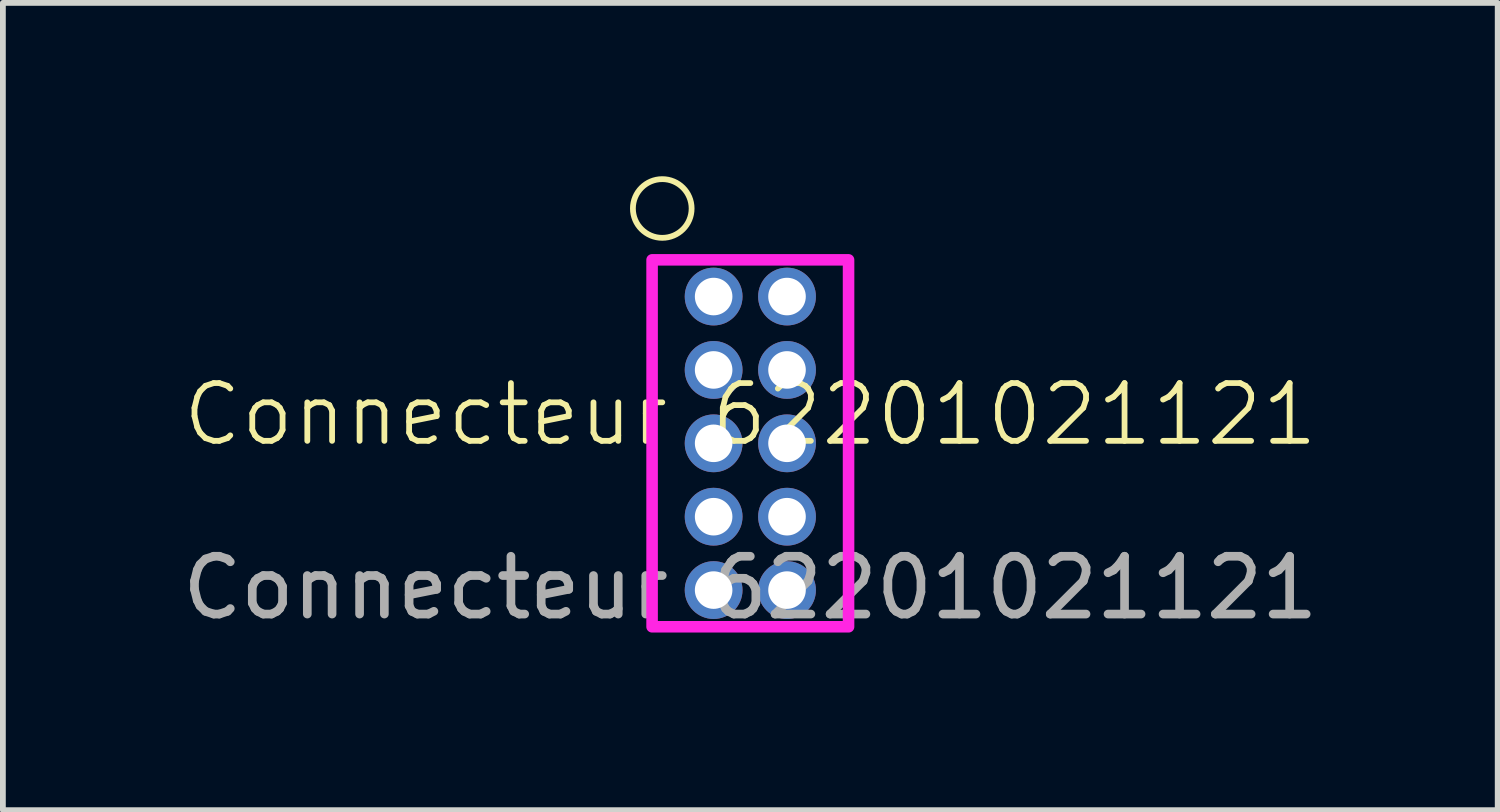
<source format=kicad_pcb>
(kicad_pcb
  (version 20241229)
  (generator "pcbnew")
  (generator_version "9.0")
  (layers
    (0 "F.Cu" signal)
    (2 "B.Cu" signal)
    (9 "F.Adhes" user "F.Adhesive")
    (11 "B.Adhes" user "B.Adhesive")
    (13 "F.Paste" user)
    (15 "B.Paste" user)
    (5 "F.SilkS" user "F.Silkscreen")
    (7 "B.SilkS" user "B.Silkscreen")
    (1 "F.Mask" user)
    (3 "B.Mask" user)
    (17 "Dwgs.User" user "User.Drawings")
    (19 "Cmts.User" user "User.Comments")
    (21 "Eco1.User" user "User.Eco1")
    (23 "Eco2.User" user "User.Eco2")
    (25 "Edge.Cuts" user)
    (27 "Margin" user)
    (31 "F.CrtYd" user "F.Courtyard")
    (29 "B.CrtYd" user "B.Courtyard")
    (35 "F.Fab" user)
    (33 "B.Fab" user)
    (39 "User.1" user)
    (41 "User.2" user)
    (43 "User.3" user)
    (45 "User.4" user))
  (footprint "Connecteur 62201021121"
    (layer "F.Cu")
    (at 9.935 4.622)
    (property "Reference" "Connecteur 62201021121" (at 0 -0.5 0) (unlocked yes) (layer "F.SilkS") (effects (font (size 1 1) (thickness 0.1))))
    (attr through_hole)
    (fp_circle (center -1.524 -4.064) (end -1.524 -3.556) (stroke (width 0.1) (type default)) (fill no) (layer "F.SilkS"))
    (fp_rect (start -1.7 -3.175) (end 1.7 3.175) (stroke (width 0.2) (type solid)) (fill no) (layer "F.CrtYd"))
    (fp_text user "${REFERENCE}" (at 0 2.5 0) (unlocked yes) (layer "F.Fab") (effects (font (size 1 1) (thickness 0.15))))
    (pad "1" thru_hole circle (at -0.635 -2.54) (size 1 1) (drill 0.65) (layers "*.Cu" "*.Mask"))
    (pad "2" thru_hole circle (at 0.635 -2.54) (size 1 1) (drill 0.65) (layers "*.Cu" "*.Mask"))
    (pad "3" thru_hole circle (at -0.635 -1.27) (size 1 1) (drill 0.65) (layers "*.Cu" "*.Mask"))
    (pad "4" thru_hole circle (at 0.635 -1.27) (size 1 1) (drill 0.65) (layers "*.Cu" "*.Mask"))
    (pad "5" thru_hole circle (at -0.635 0) (size 1 1) (drill 0.65) (layers "*.Cu" "*.Mask"))
    (pad "6" thru_hole circle (at 0.635 0) (size 1 1) (drill 0.65) (layers "*.Cu" "*.Mask"))
    (pad "7" thru_hole circle (at -0.635 1.27) (size 1 1) (drill 0.65) (layers "*.Cu" "*.Mask"))
    (pad "8" thru_hole circle (at 0.635 1.27) (size 1 1) (drill 0.65) (layers "*.Cu" "*.Mask"))
    (pad "9" thru_hole circle (at -0.635 2.54) (size 1 1) (drill 0.65) (layers "*.Cu" "*.Mask"))
    (pad "10" thru_hole circle (at 0.635 2.54) (size 1 1) (drill 0.65) (layers "*.Cu" "*.Mask")))
  (gr_rect
    (start -3 -3)
    (end 22.869 10.97)
    (stroke (width 0.1) (type default))
    (fill no)
    (layer "Edge.Cuts")))
</source>
